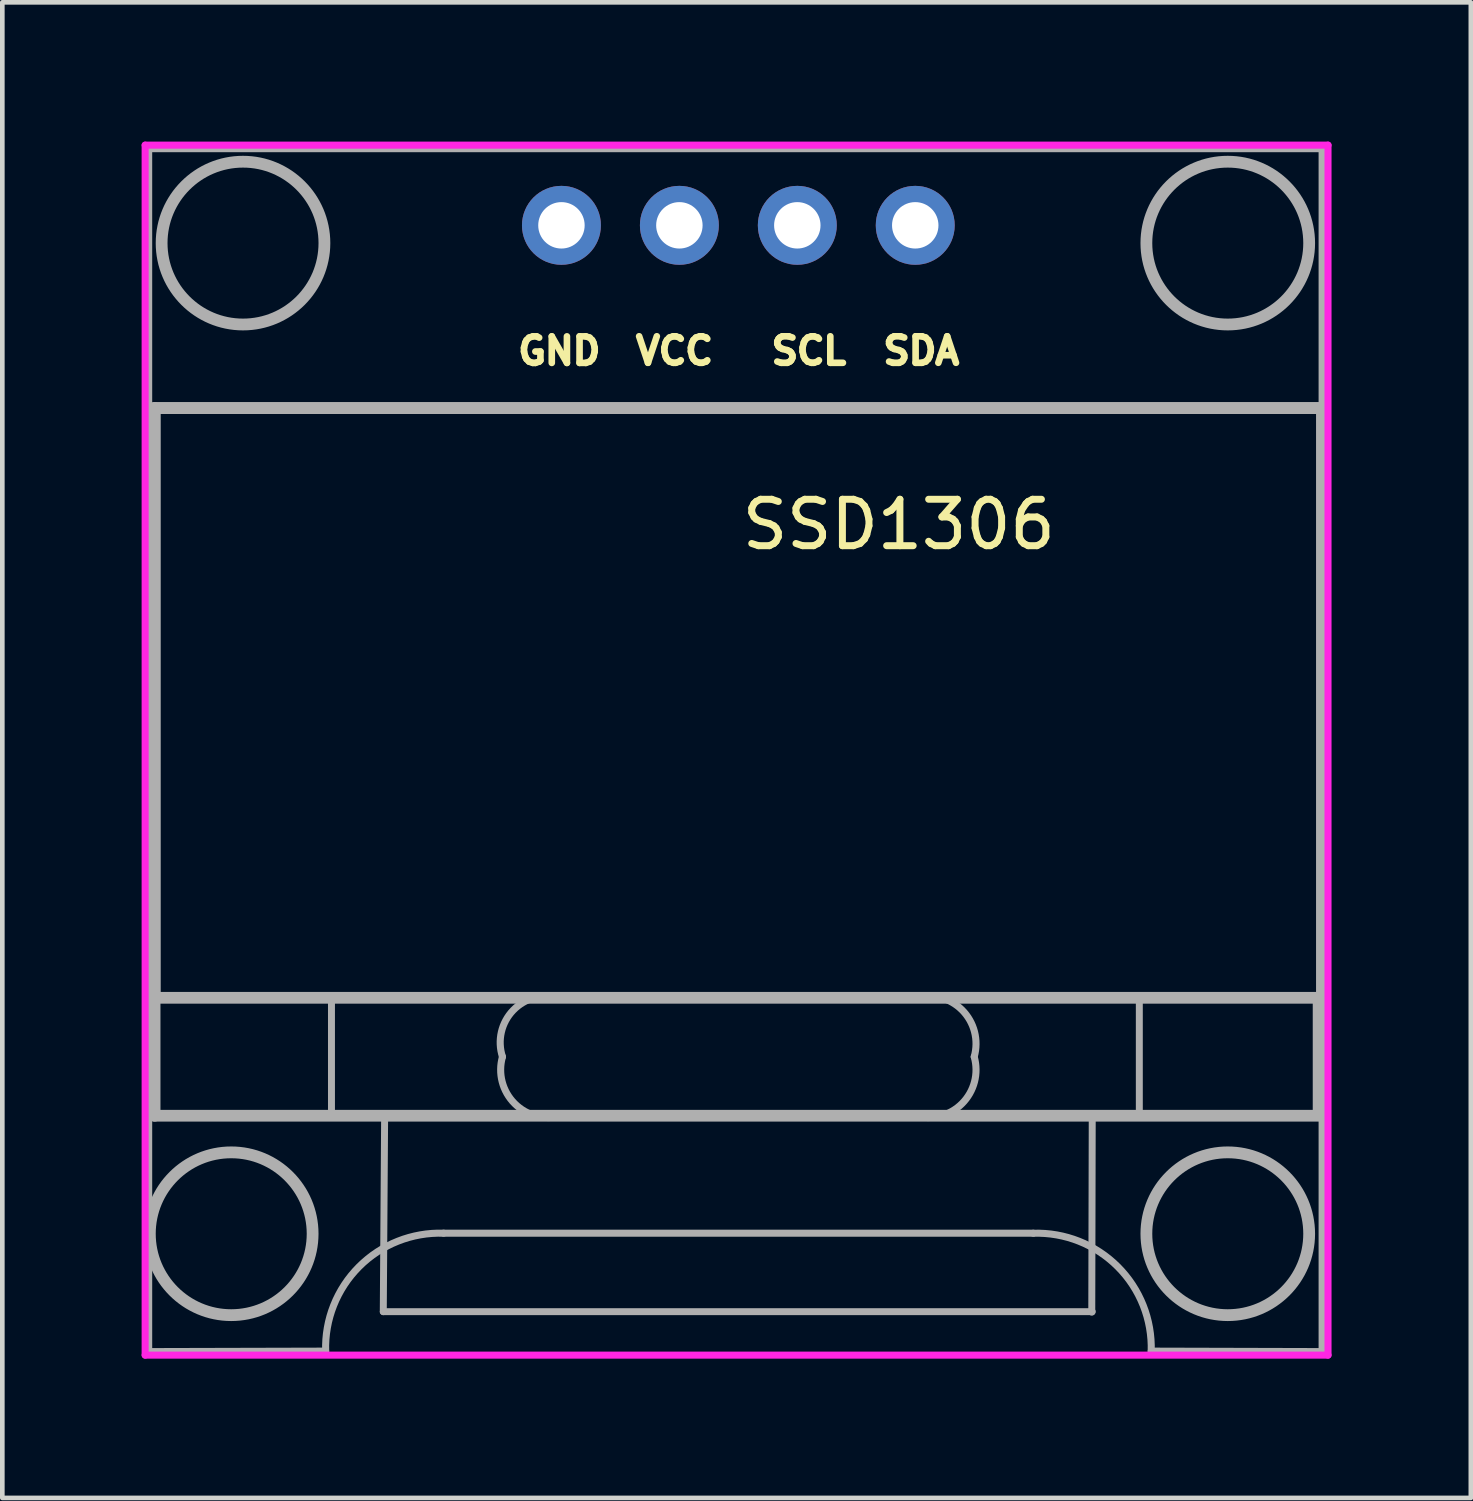
<source format=kicad_pcb>
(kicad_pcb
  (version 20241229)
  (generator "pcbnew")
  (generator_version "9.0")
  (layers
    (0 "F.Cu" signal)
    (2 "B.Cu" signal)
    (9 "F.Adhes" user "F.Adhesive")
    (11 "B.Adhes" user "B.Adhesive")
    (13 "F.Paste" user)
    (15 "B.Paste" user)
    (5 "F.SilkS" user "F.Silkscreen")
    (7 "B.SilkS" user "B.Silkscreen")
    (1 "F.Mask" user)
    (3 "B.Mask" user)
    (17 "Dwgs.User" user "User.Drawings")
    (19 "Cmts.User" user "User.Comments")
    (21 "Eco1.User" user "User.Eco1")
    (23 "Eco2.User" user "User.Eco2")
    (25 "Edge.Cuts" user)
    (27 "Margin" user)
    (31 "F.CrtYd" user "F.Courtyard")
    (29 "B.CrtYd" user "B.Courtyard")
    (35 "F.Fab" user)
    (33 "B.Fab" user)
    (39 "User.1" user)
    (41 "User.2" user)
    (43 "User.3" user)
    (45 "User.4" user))
  (footprint "SSD1306"
    (layer "F.Cu")
    (at 12.852 11.455)
    (property "Reference" "SSD1306" (at 0 -3.207 0) (layer "F.SilkS") (effects (font (size 1 1) (thickness 0.15)) (justify left)))
    (attr through_hole)
    (fp_line (start -12.776 -11.379) (end 12.7 -11.379) (stroke (width 0.152) (type solid)) (layer "F.CrtYd"))
    (fp_line (start -12.776 14.681) (end -12.776 -11.379) (stroke (width 0.152) (type solid)) (layer "F.CrtYd"))
    (fp_line (start 12.7 -11.379) (end 12.7 14.681) (stroke (width 0.152) (type solid)) (layer "F.CrtYd"))
    (fp_line (start 12.7 14.681) (end -12.776 14.681) (stroke (width 0.152) (type solid)) (layer "F.CrtYd"))
    (fp_line (start -12.7 -11.303) (end 12.573 -11.303) (stroke (width 0.152) (type solid)) (layer "F.Fab"))
    (fp_line (start -12.7 14.605) (end -12.7 -11.303) (stroke (width 0.152) (type solid)) (layer "F.Fab"))
    (fp_line (start -12.573 -5.715) (end 12.573 -5.715) (stroke (width 0.254) (type solid)) (layer "F.Fab"))
    (fp_line (start -12.573 -5.715) (end 12.573 -5.715) (stroke (width 0.254) (type solid)) (layer "F.Fab"))
    (fp_line (start -12.573 6.985) (end -12.573 -5.715) (stroke (width 0.254) (type solid)) (layer "F.Fab"))
    (fp_line (start -12.573 6.985) (end -8.763 6.985) (stroke (width 0.15) (type solid)) (layer "F.Fab"))
    (fp_line (start -12.573 9.525) (end -12.573 -5.715) (stroke (width 0.254) (type solid)) (layer "F.Fab"))
    (fp_line (start -12.573 9.525) (end -12.573 6.985) (stroke (width 0.15) (type solid)) (layer "F.Fab"))
    (fp_line (start -8.888 14.595) (end -12.7 14.605) (stroke (width 0.152) (type solid)) (layer "F.Fab"))
    (fp_line (start -8.763 6.985) (end -8.763 9.525) (stroke (width 0.15) (type solid)) (layer "F.Fab"))
    (fp_line (start -8.763 9.525) (end -12.573 9.525) (stroke (width 0.15) (type solid)) (layer "F.Fab"))
    (fp_line (start -7.647 13.745) (end -7.618 9.515) (stroke (width 0.15) (type solid)) (layer "F.Fab"))
    (fp_line (start -7.618 9.515) (end 7.622 9.515) (stroke (width 0.15) (type solid)) (layer "F.Fab"))
    (fp_line (start -3.81 6.985) (end 3.81 6.985) (stroke (width 0.15) (type solid)) (layer "F.Fab"))
    (fp_line (start -3.81 9.525) (end 3.81 9.525) (stroke (width 0.15) (type solid)) (layer "F.Fab"))
    (fp_line (start -3.805 9.505) (end 3.815 9.505) (stroke (width 0.15) (type solid)) (layer "F.Fab"))
    (fp_line (start 6.352 12.055) (end -6.348 12.055) (stroke (width 0.152) (type solid)) (layer "F.Fab"))
    (fp_line (start 7.622 9.515) (end 7.612 13.755) (stroke (width 0.15) (type solid)) (layer "F.Fab"))
    (fp_line (start 7.622 13.745) (end -7.647 13.745) (stroke (width 0.15) (type solid)) (layer "F.Fab"))
    (fp_line (start 8.636 6.985) (end 12.446 6.985) (stroke (width 0.15) (type solid)) (layer "F.Fab"))
    (fp_line (start 8.636 9.525) (end 8.636 6.985) (stroke (width 0.15) (type solid)) (layer "F.Fab"))
    (fp_line (start 12.446 6.985) (end 12.446 9.525) (stroke (width 0.15) (type solid)) (layer "F.Fab"))
    (fp_line (start 12.446 9.525) (end 8.636 9.525) (stroke (width 0.15) (type solid)) (layer "F.Fab"))
    (fp_line (start 12.573 -11.303) (end 12.573 14.605) (stroke (width 0.152) (type solid)) (layer "F.Fab"))
    (fp_line (start 12.573 -5.715) (end 12.573 6.985) (stroke (width 0.254) (type solid)) (layer "F.Fab"))
    (fp_line (start 12.573 -5.715) (end 12.573 9.525) (stroke (width 0.254) (type solid)) (layer "F.Fab"))
    (fp_line (start 12.573 6.985) (end -12.573 6.985) (stroke (width 0.254) (type solid)) (layer "F.Fab"))
    (fp_line (start 12.573 9.525) (end -12.573 9.525) (stroke (width 0.254) (type solid)) (layer "F.Fab"))
    (fp_line (start 12.573 14.605) (end 8.892 14.595) (stroke (width 0.152) (type solid)) (layer "F.Fab"))
    (fp_arc (start -9.169 12.069) (mid -12.675004 12.063141) (end -9.168995 12.064717) (stroke (width 0.254) (type solid)) (layer "F.Fab"))
    (fp_arc (start -8.915 -9.267) (mid -12.421004 -9.272859) (end -8.914995 -9.271283) (stroke (width 0.254) (type solid)) (layer "F.Fab"))
    (fp_arc (start -8.88799 14.595334) (mid -8.167573 12.775663) (end -6.348 12.055) (stroke (width 0.152) (type solid)) (layer "F.Fab"))
    (fp_arc (start -5.080548 8.254901) (mid -4.850381 7.254616) (end -3.86 6.985) (stroke (width 0.152) (type solid)) (layer "F.Fab"))
    (fp_arc (start -3.811038 9.525294) (mid -4.818389 9.262627) (end -5.08 8.255) (stroke (width 0.152) (type solid)) (layer "F.Fab"))
    (fp_arc (start 3.811038 6.984706) (mid 4.818389 7.247373) (end 5.08 8.255) (stroke (width 0.152) (type solid)) (layer "F.Fab"))
    (fp_arc (start 5.080294 8.256038) (mid 4.817627 9.263389) (end 3.81 9.525) (stroke (width 0.152) (type solid)) (layer "F.Fab"))
    (fp_arc (start 6.352729 12.056009) (mid 8.171652 12.776156) (end 8.892 14.595) (stroke (width 0.152) (type solid)) (layer "F.Fab"))
    (fp_arc (start 12.294 -9.267) (mid 8.787996 -9.272859) (end 12.294005 -9.271283) (stroke (width 0.254) (type solid)) (layer "F.Fab"))
    (fp_arc (start 12.294 12.069) (mid 8.787996 12.063141) (end 12.294005 12.064717) (stroke (width 0.254) (type solid)) (layer "F.Fab"))
    (fp_text user "VCC" (at -2.285 -6.948 0) (layer "F.SilkS") (effects (font (size 0.571 0.571) (thickness 0.152)) (justify left)))
    (fp_text user "SCL" (at 0.636 -6.948 0) (layer "F.SilkS") (effects (font (size 0.571 0.571) (thickness 0.152)) (justify left)))
    (fp_text user "GND" (at -4.819 -6.946 0) (layer "F.SilkS") (effects (font (size 0.571 0.571) (thickness 0.152)) (justify left)))
    (fp_text user "SDA" (at 3.044 -6.948 0) (layer "F.SilkS") (effects (font (size 0.571 0.571) (thickness 0.152)) (justify left)))
    (pad "1" thru_hole oval (at -3.81 -9.652 90) (size 1.7 1.7) (drill oval 1) (layers "*.Cu" "*.Mask"))
    (pad "2" thru_hole oval (at -1.27 -9.652 90) (size 1.7 1.7) (drill oval 1) (layers "*.Cu" "*.Mask"))
    (pad "3" thru_hole oval (at 1.27 -9.652 90) (size 1.7 1.7) (drill oval 1) (layers "*.Cu" "*.Mask"))
    (pad "4" thru_hole oval (at 3.81 -9.652 90) (size 1.7 1.7) (drill oval 1) (layers "*.Cu" "*.Mask")))
  (gr_rect
    (start -3 -3)
    (end 28.628 29.212)
    (stroke (width 0.1) (type default))
    (fill no)
    (layer "Edge.Cuts")))
</source>
